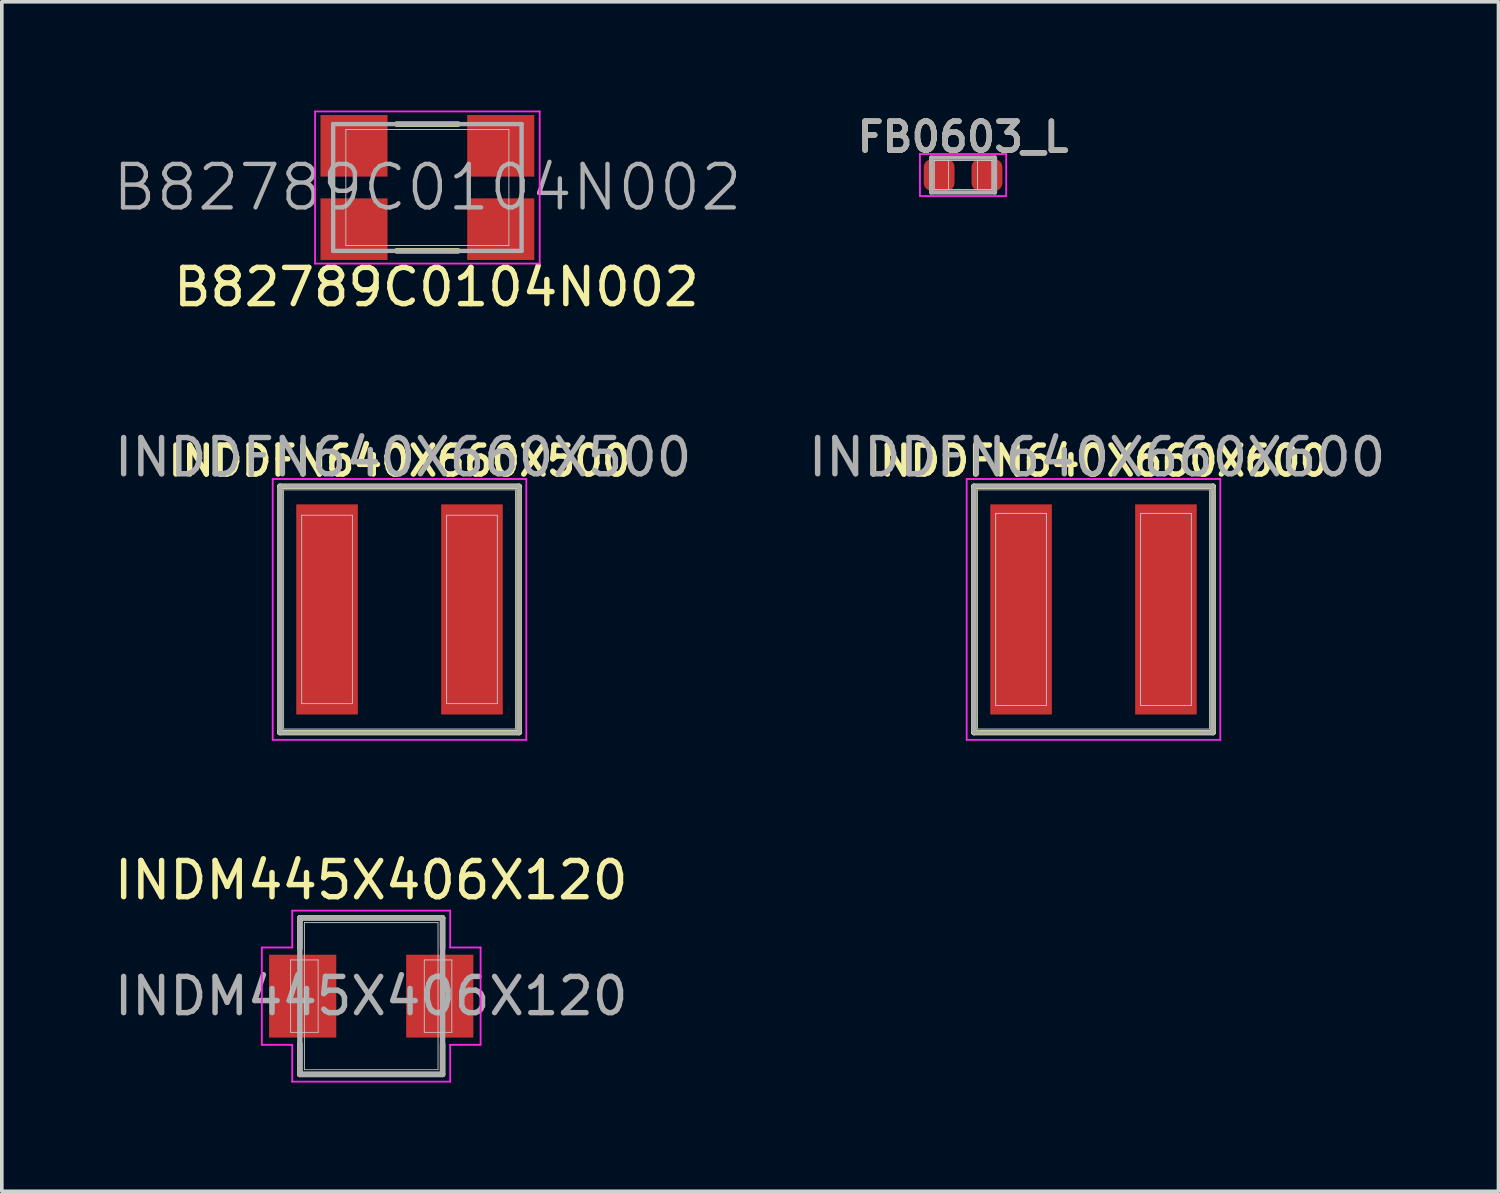
<source format=kicad_pcb>
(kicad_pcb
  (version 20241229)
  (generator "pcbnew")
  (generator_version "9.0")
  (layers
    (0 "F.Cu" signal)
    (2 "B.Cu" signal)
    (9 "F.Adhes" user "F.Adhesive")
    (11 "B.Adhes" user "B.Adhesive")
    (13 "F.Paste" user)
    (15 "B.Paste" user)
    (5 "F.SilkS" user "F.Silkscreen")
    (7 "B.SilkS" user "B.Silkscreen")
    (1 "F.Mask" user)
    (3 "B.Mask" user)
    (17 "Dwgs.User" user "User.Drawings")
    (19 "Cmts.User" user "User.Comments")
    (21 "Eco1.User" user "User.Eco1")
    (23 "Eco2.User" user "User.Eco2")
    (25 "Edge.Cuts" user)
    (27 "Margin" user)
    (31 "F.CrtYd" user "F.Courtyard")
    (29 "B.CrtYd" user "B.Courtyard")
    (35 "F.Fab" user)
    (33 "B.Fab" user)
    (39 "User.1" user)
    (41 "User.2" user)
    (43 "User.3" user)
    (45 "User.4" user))
  (footprint "INDDFN640X660X500"
    (layer "F.Cu")
    (at 7.977 13.771)
    (property "Reference" "INDDFN640X660X500" (at 0 -4.1 0) (layer "F.SilkS") (effects (font (size 0.8 0.8) (thickness 0.15))))
    (attr smd)
    (fp_line (start -3.3 -3.4) (end 3.3 -3.4) (stroke (width 0.15) (type solid)) (layer "F.SilkS"))
    (fp_line (start -3.3 3.4) (end -3.3 -3.4) (stroke (width 0.15) (type solid)) (layer "F.SilkS"))
    (fp_line (start 3.3 -3.4) (end 3.3 3.4) (stroke (width 0.15) (type solid)) (layer "F.SilkS"))
    (fp_line (start 3.3 3.4) (end -3.3 3.4) (stroke (width 0.15) (type solid)) (layer "F.SilkS"))
    (fp_line (start -3.2 -3.3) (end 3.2 -3.3) (stroke (width 0.025) (type solid)) (layer "Dwgs.User"))
    (fp_line (start -3.2 3.3) (end -3.2 -3.3) (stroke (width 0.025) (type solid)) (layer "Dwgs.User"))
    (fp_line (start -2.7 -2.6) (end -1.3 -2.6) (stroke (width 0.025) (type solid)) (layer "Dwgs.User"))
    (fp_line (start -2.7 2.6) (end -2.7 -2.6) (stroke (width 0.025) (type solid)) (layer "Dwgs.User"))
    (fp_line (start -1.3 -2.6) (end -1.3 2.6) (stroke (width 0.025) (type solid)) (layer "Dwgs.User"))
    (fp_line (start -1.3 2.6) (end -2.7 2.6) (stroke (width 0.025) (type solid)) (layer "Dwgs.User"))
    (fp_line (start 1.3 -2.6) (end 2.7 -2.6) (stroke (width 0.025) (type solid)) (layer "Dwgs.User"))
    (fp_line (start 1.3 2.6) (end 1.3 -2.6) (stroke (width 0.025) (type solid)) (layer "Dwgs.User"))
    (fp_line (start 2.7 -2.6) (end 2.7 2.6) (stroke (width 0.025) (type solid)) (layer "Dwgs.User"))
    (fp_line (start 2.7 2.6) (end 1.3 2.6) (stroke (width 0.025) (type solid)) (layer "Dwgs.User"))
    (fp_line (start 3.2 -3.3) (end 3.2 3.3) (stroke (width 0.025) (type solid)) (layer "Dwgs.User"))
    (fp_line (start 3.2 3.3) (end -3.2 3.3) (stroke (width 0.025) (type solid)) (layer "Dwgs.User"))
    (fp_line (start -3.5 -3.6) (end 3.5 -3.6) (stroke (width 0.05) (type solid)) (layer "F.CrtYd"))
    (fp_line (start -3.5 3.6) (end -3.5 -3.6) (stroke (width 0.05) (type solid)) (layer "F.CrtYd"))
    (fp_line (start 3.5 -3.6) (end 3.5 3.6) (stroke (width 0.05) (type solid)) (layer "F.CrtYd"))
    (fp_line (start 3.5 3.6) (end -3.5 3.6) (stroke (width 0.05) (type solid)) (layer "F.CrtYd"))
    (fp_line (start -3.3 -3.4) (end 3.3 -3.4) (stroke (width 0.12) (type solid)) (layer "F.Fab"))
    (fp_line (start -3.3 3.4) (end -3.3 -3.4) (stroke (width 0.12) (type solid)) (layer "F.Fab"))
    (fp_line (start 3.3 -3.4) (end 3.3 3.4) (stroke (width 0.12) (type solid)) (layer "F.Fab"))
    (fp_line (start 3.3 3.4) (end -3.3 3.4) (stroke (width 0.12) (type solid)) (layer "F.Fab"))
    (fp_text user "${REFERENCE}" (at 0.1 -4.2 0) (layer "F.Fab") (effects (font (size 1 1) (thickness 0.15))))
    (pad "1" smd rect (at -2 0) (size 1.7 5.8) (layers "F.Cu" "F.Mask" "F.Paste"))
    (pad "2" smd rect (at 2 0) (size 1.7 5.8) (layers "F.Cu" "F.Mask" "F.Paste")))
  (footprint "INDM445X406X120"
    (layer "F.Cu")
    (at 7.196 24.445)
    (property "Reference" "INDM445X406X120" (at 0 0 0) (layer "F.Fab") (effects (font (size 1 1) (thickness 0.15))))
    (attr smd)
    (fp_line (start -1.97 -2.16) (end 1.97 -2.16) (stroke (width 0.15) (type solid)) (layer "F.SilkS"))
    (fp_line (start -1.97 -1.323) (end -1.97 -2.16) (stroke (width 0.15) (type solid)) (layer "F.SilkS"))
    (fp_line (start -1.97 2.16) (end -1.97 1.323) (stroke (width 0.15) (type solid)) (layer "F.SilkS"))
    (fp_line (start 1.97 -2.16) (end 1.97 -1.323) (stroke (width 0.15) (type solid)) (layer "F.SilkS"))
    (fp_line (start 1.97 1.323) (end 1.97 2.16) (stroke (width 0.15) (type solid)) (layer "F.SilkS"))
    (fp_line (start 1.97 2.16) (end -1.97 2.16) (stroke (width 0.15) (type solid)) (layer "F.SilkS"))
    (fp_line (start -2.225 -1) (end -1.465 -1) (stroke (width 0.025) (type solid)) (layer "Dwgs.User"))
    (fp_line (start -2.225 1) (end -2.225 -1) (stroke (width 0.025) (type solid)) (layer "Dwgs.User"))
    (fp_line (start -1.844 -2.03) (end 1.844 -2.03) (stroke (width 0.025) (type solid)) (layer "Dwgs.User"))
    (fp_line (start -1.844 2.03) (end -1.844 -2.03) (stroke (width 0.025) (type solid)) (layer "Dwgs.User"))
    (fp_line (start -1.465 -1) (end -1.465 1) (stroke (width 0.025) (type solid)) (layer "Dwgs.User"))
    (fp_line (start -1.465 1) (end -2.225 1) (stroke (width 0.025) (type solid)) (layer "Dwgs.User"))
    (fp_line (start 1.465 -1) (end 2.225 -1) (stroke (width 0.025) (type solid)) (layer "Dwgs.User"))
    (fp_line (start 1.465 1) (end 1.465 -1) (stroke (width 0.025) (type solid)) (layer "Dwgs.User"))
    (fp_line (start 1.844 -2.03) (end 1.844 2.03) (stroke (width 0.025) (type solid)) (layer "Dwgs.User"))
    (fp_line (start 1.844 2.03) (end -1.844 2.03) (stroke (width 0.025) (type solid)) (layer "Dwgs.User"))
    (fp_line (start 2.225 -1) (end 2.225 1) (stroke (width 0.025) (type solid)) (layer "Dwgs.User"))
    (fp_line (start 2.225 1) (end 1.465 1) (stroke (width 0.025) (type solid)) (layer "Dwgs.User"))
    (fp_line (start -3.019 -1.343) (end -3.019 1.343) (stroke (width 0.05) (type solid)) (layer "F.CrtYd"))
    (fp_line (start -3.019 1.343) (end -2.18 1.343) (stroke (width 0.05) (type solid)) (layer "F.CrtYd"))
    (fp_line (start -2.18 -2.36) (end -2.18 -1.343) (stroke (width 0.05) (type solid)) (layer "F.CrtYd"))
    (fp_line (start -2.18 -1.343) (end -3.019 -1.343) (stroke (width 0.05) (type solid)) (layer "F.CrtYd"))
    (fp_line (start -2.18 1.343) (end -2.18 2.36) (stroke (width 0.05) (type solid)) (layer "F.CrtYd"))
    (fp_line (start -2.18 2.36) (end 2.18 2.36) (stroke (width 0.05) (type solid)) (layer "F.CrtYd"))
    (fp_line (start 2.18 -2.36) (end -2.18 -2.36) (stroke (width 0.05) (type solid)) (layer "F.CrtYd"))
    (fp_line (start 2.18 -1.343) (end 2.18 -2.36) (stroke (width 0.05) (type solid)) (layer "F.CrtYd"))
    (fp_line (start 2.18 1.343) (end 3.019 1.343) (stroke (width 0.05) (type solid)) (layer "F.CrtYd"))
    (fp_line (start 2.18 2.36) (end 2.18 1.343) (stroke (width 0.05) (type solid)) (layer "F.CrtYd"))
    (fp_line (start 3.019 -1.343) (end 2.18 -1.343) (stroke (width 0.05) (type solid)) (layer "F.CrtYd"))
    (fp_line (start 3.019 1.343) (end 3.019 -1.343) (stroke (width 0.05) (type solid)) (layer "F.CrtYd"))
    (fp_line (start -1.97 -2.16) (end 1.97 -2.16) (stroke (width 0.15) (type solid)) (layer "F.Fab"))
    (fp_line (start -1.97 2.16) (end -1.97 -2.16) (stroke (width 0.15) (type solid)) (layer "F.Fab"))
    (fp_line (start 1.97 -2.16) (end 1.97 2.16) (stroke (width 0.15) (type solid)) (layer "F.Fab"))
    (fp_line (start 1.97 2.16) (end -1.97 2.16) (stroke (width 0.15) (type solid)) (layer "F.Fab"))
    (fp_text user "${REFERENCE}" (at 0 -3.2 0) (layer "F.SilkS") (effects (font (size 1 1) (thickness 0.15))))
    (pad "1" smd rect (at -1.892 0) (size 1.855 2.286) (layers "F.Cu" "F.Mask" "F.Paste"))
    (pad "2" smd rect (at 1.892 0) (size 1.855 2.286) (layers "F.Cu" "F.Mask" "F.Paste")))
  (footprint "FB0603_L"
    (layer "F.Cu")
    (at 23.532 1.781)
    (property "Reference" "FB0603_L" (at 0 -1.05 0) (layer "F.SilkS") (effects (font (size 0.8 0.8) (thickness 0.15))))
    (attr smd)
    (fp_line (start -0.8 -0.4) (end -0.4 -0.4) (stroke (width 0.025) (type solid)) (layer "Dwgs.User"))
    (fp_line (start -0.8 -0.4) (end 0.8 -0.4) (stroke (width 0.025) (type solid)) (layer "Dwgs.User"))
    (fp_line (start -0.8 0.4) (end -0.8 -0.4) (stroke (width 0.025) (type solid)) (layer "Dwgs.User"))
    (fp_line (start -0.8 0.4) (end -0.8 -0.4) (stroke (width 0.025) (type solid)) (layer "Dwgs.User"))
    (fp_line (start -0.4 -0.4) (end -0.4 0.4) (stroke (width 0.025) (type solid)) (layer "Dwgs.User"))
    (fp_line (start -0.4 0.4) (end -0.8 0.4) (stroke (width 0.025) (type solid)) (layer "Dwgs.User"))
    (fp_line (start 0.4 -0.4) (end 0.8 -0.4) (stroke (width 0.025) (type solid)) (layer "Dwgs.User"))
    (fp_line (start 0.4 0.4) (end 0.4 -0.4) (stroke (width 0.025) (type solid)) (layer "Dwgs.User"))
    (fp_line (start 0.8 -0.4) (end 0.8 0.4) (stroke (width 0.025) (type solid)) (layer "Dwgs.User"))
    (fp_line (start 0.8 -0.4) (end 0.8 0.4) (stroke (width 0.025) (type solid)) (layer "Dwgs.User"))
    (fp_line (start 0.8 0.4) (end -0.8 0.4) (stroke (width 0.025) (type solid)) (layer "Dwgs.User"))
    (fp_line (start 0.8 0.4) (end 0.4 0.4) (stroke (width 0.025) (type solid)) (layer "Dwgs.User"))
    (fp_line (start -1.19 -0.58) (end 1.19 -0.58) (stroke (width 0.05) (type solid)) (layer "F.CrtYd"))
    (fp_line (start -1.19 0.58) (end -1.19 -0.58) (stroke (width 0.05) (type solid)) (layer "F.CrtYd"))
    (fp_line (start 1.19 -0.58) (end 1.19 0.58) (stroke (width 0.05) (type solid)) (layer "F.CrtYd"))
    (fp_line (start 1.19 0.58) (end -1.19 0.58) (stroke (width 0.05) (type solid)) (layer "F.CrtYd"))
    (fp_line (start -0.88 -0.48) (end 0.88 -0.48) (stroke (width 0.12) (type solid)) (layer "F.Fab"))
    (fp_line (start -0.88 0.48) (end -0.88 -0.48) (stroke (width 0.12) (type solid)) (layer "F.Fab"))
    (fp_line (start 0.88 -0.48) (end 0.88 0.48) (stroke (width 0.12) (type solid)) (layer "F.Fab"))
    (fp_line (start 0.88 0.48) (end -0.88 0.48) (stroke (width 0.12) (type solid)) (layer "F.Fab"))
    (fp_text user "${REFERENCE}" (at 0 -1.05 0) (layer "F.Fab") (effects (font (size 0.8 0.8) (thickness 0.15))))
    (pad "" smd custom (at -0.66 0) (size 0.3 0.3) (layers "F.Paste") (options (anchor circle)) (primitives (gr_poly (pts (xy -0.425 -0.24) (xy -0.22 -0.435) (xy 0.142 -0.435) (xy 0.425 0) (xy 0.142 0.435) (xy -0.22 0.435) (xy -0.425 0.24)) (width 0) (fill yes))))
    (pad "" smd custom (at 0.66 0 180) (size 0.3 0.3) (layers "F.Paste") (options (anchor circle)) (primitives (gr_poly (pts (xy -0.425 -0.24) (xy -0.22 -0.435) (xy 0.142 -0.435) (xy 0.425 0) (xy 0.142 0.435) (xy -0.22 0.435) (xy -0.425 0.24)) (width 0) (fill yes))))
    (pad "1" smd roundrect (at -0.66 0) (size 0.85 0.87) (layers "F.Cu" "F.Mask") (roundrect_rratio 0.247))
    (pad "2" smd roundrect (at 0.66 0) (size 0.85 0.87) (layers "F.Cu" "F.Mask") (roundrect_rratio 0.247)))
  (footprint "INDDFN640X660X600"
    (layer "F.Cu")
    (at 27.132 13.771)
    (property "Reference" "INDDFN640X660X600" (at 0.1 -4.1 0) (layer "F.SilkS") (effects (font (size 0.8 0.8) (thickness 0.15))))
    (attr smd)
    (fp_line (start -3.3 -3.4) (end 3.3 -3.4) (stroke (width 0.15) (type solid)) (layer "F.SilkS"))
    (fp_line (start -3.3 3.4) (end -3.3 -3.4) (stroke (width 0.15) (type solid)) (layer "F.SilkS"))
    (fp_line (start 3.3 -3.4) (end 3.3 3.4) (stroke (width 0.15) (type solid)) (layer "F.SilkS"))
    (fp_line (start 3.3 3.4) (end -3.3 3.4) (stroke (width 0.15) (type solid)) (layer "F.SilkS"))
    (fp_line (start -3.2 -3.3) (end 3.2 -3.3) (stroke (width 0.025) (type solid)) (layer "Dwgs.User"))
    (fp_line (start -3.2 3.3) (end -3.2 -3.3) (stroke (width 0.025) (type solid)) (layer "Dwgs.User"))
    (fp_line (start -2.7 -2.65) (end -1.3 -2.65) (stroke (width 0.025) (type solid)) (layer "Dwgs.User"))
    (fp_line (start -2.7 2.65) (end -2.7 -2.65) (stroke (width 0.025) (type solid)) (layer "Dwgs.User"))
    (fp_line (start -1.3 -2.65) (end -1.3 2.65) (stroke (width 0.025) (type solid)) (layer "Dwgs.User"))
    (fp_line (start -1.3 2.65) (end -2.7 2.65) (stroke (width 0.025) (type solid)) (layer "Dwgs.User"))
    (fp_line (start 1.3 -2.65) (end 2.7 -2.65) (stroke (width 0.025) (type solid)) (layer "Dwgs.User"))
    (fp_line (start 1.3 2.65) (end 1.3 -2.65) (stroke (width 0.025) (type solid)) (layer "Dwgs.User"))
    (fp_line (start 2.7 -2.65) (end 2.7 2.65) (stroke (width 0.025) (type solid)) (layer "Dwgs.User"))
    (fp_line (start 2.7 2.65) (end 1.3 2.65) (stroke (width 0.025) (type solid)) (layer "Dwgs.User"))
    (fp_line (start 3.2 -3.3) (end 3.2 3.3) (stroke (width 0.025) (type solid)) (layer "Dwgs.User"))
    (fp_line (start 3.2 3.3) (end -3.2 3.3) (stroke (width 0.025) (type solid)) (layer "Dwgs.User"))
    (fp_line (start -3.5 -3.6) (end 3.5 -3.6) (stroke (width 0.05) (type solid)) (layer "F.CrtYd"))
    (fp_line (start -3.5 3.6) (end -3.5 -3.6) (stroke (width 0.05) (type solid)) (layer "F.CrtYd"))
    (fp_line (start 3.5 -3.6) (end 3.5 3.6) (stroke (width 0.05) (type solid)) (layer "F.CrtYd"))
    (fp_line (start 3.5 3.6) (end -3.5 3.6) (stroke (width 0.05) (type solid)) (layer "F.CrtYd"))
    (fp_line (start -3.3 -3.4) (end 3.3 -3.4) (stroke (width 0.12) (type solid)) (layer "F.Fab"))
    (fp_line (start -3.3 3.4) (end -3.3 -3.4) (stroke (width 0.12) (type solid)) (layer "F.Fab"))
    (fp_line (start 3.3 -3.4) (end 3.3 3.4) (stroke (width 0.12) (type solid)) (layer "F.Fab"))
    (fp_line (start 3.3 3.4) (end -3.3 3.4) (stroke (width 0.12) (type solid)) (layer "F.Fab"))
    (fp_text user "${REFERENCE}" (at 0.1 -4.2 0) (layer "F.Fab") (effects (font (size 1 1) (thickness 0.15))))
    (pad "1" smd rect (at -2 0) (size 1.7 5.8) (layers "F.Cu" "F.Mask" "F.Paste"))
    (pad "2" smd rect (at 2 0) (size 1.7 5.8) (layers "F.Cu" "F.Mask" "F.Paste")))
  (footprint "B82789C0104N002"
    (layer "F.Cu")
    (at 8.746 2.125)
    (property "Reference" "B82789C0104N002" (at 0 0 0) (layer "F.Fab") (effects (font (size 1.2 1.2) (thickness 0.12))))
    (attr smd)
    (fp_line (start 0.85 -1.75) (end -0.85 -1.75) (stroke (width 0.15) (type solid)) (layer "F.SilkS"))
    (fp_line (start 0.85 1.75) (end -0.85 1.75) (stroke (width 0.15) (type solid)) (layer "F.SilkS"))
    (fp_line (start -2.25 -1.6) (end 2.25 -1.6) (stroke (width 0.025) (type solid)) (layer "Dwgs.User"))
    (fp_line (start -2.25 1.6) (end -2.25 -1.6) (stroke (width 0.025) (type solid)) (layer "Dwgs.User"))
    (fp_line (start 2.25 -1.6) (end 2.25 1.6) (stroke (width 0.025) (type solid)) (layer "Dwgs.User"))
    (fp_line (start 2.25 1.6) (end -2.25 1.6) (stroke (width 0.025) (type solid)) (layer "Dwgs.User"))
    (fp_line (start -3.1 -2.1) (end -3.1 2.1) (stroke (width 0.05) (type solid)) (layer "F.CrtYd"))
    (fp_line (start -3.1 2.1) (end 3.1 2.1) (stroke (width 0.05) (type solid)) (layer "F.CrtYd"))
    (fp_line (start 3.1 -2.1) (end -3.1 -2.1) (stroke (width 0.05) (type solid)) (layer "F.CrtYd"))
    (fp_line (start 3.1 2.1) (end 3.1 -2.1) (stroke (width 0.05) (type solid)) (layer "F.CrtYd"))
    (fp_line (start -2.6 -1.75) (end 2.6 -1.75) (stroke (width 0.12) (type solid)) (layer "F.Fab"))
    (fp_line (start -2.6 1.75) (end -2.6 -1.75) (stroke (width 0.12) (type solid)) (layer "F.Fab"))
    (fp_line (start 2.6 -1.75) (end 2.6 1.75) (stroke (width 0.12) (type solid)) (layer "F.Fab"))
    (fp_line (start 2.6 1.75) (end -2.6 1.75) (stroke (width 0.12) (type solid)) (layer "F.Fab"))
    (fp_text user "${REFERENCE}" (at 0.25 2.75 0) (layer "F.SilkS") (effects (font (size 1 1) (thickness 0.15))))
    (pad "1" smd rect (at -2.025 1.15 90) (size 1.7 1.85) (layers "F.Cu" "F.Mask" "F.Paste"))
    (pad "2" smd rect (at 2.025 1.15 90) (size 1.7 1.85) (layers "F.Cu" "F.Mask" "F.Paste"))
    (pad "3" smd rect (at 2.025 -1.15 90) (size 1.7 1.85) (layers "F.Cu" "F.Mask" "F.Paste"))
    (pad "4" smd rect (at -2.025 -1.15 90) (size 1.7 1.85) (layers "F.Cu" "F.Mask" "F.Paste")))
  (gr_rect
    (start -3 -3)
    (end 38.31 29.83)
    (stroke (width 0.1) (type default))
    (fill no)
    (layer "Edge.Cuts")))
</source>
